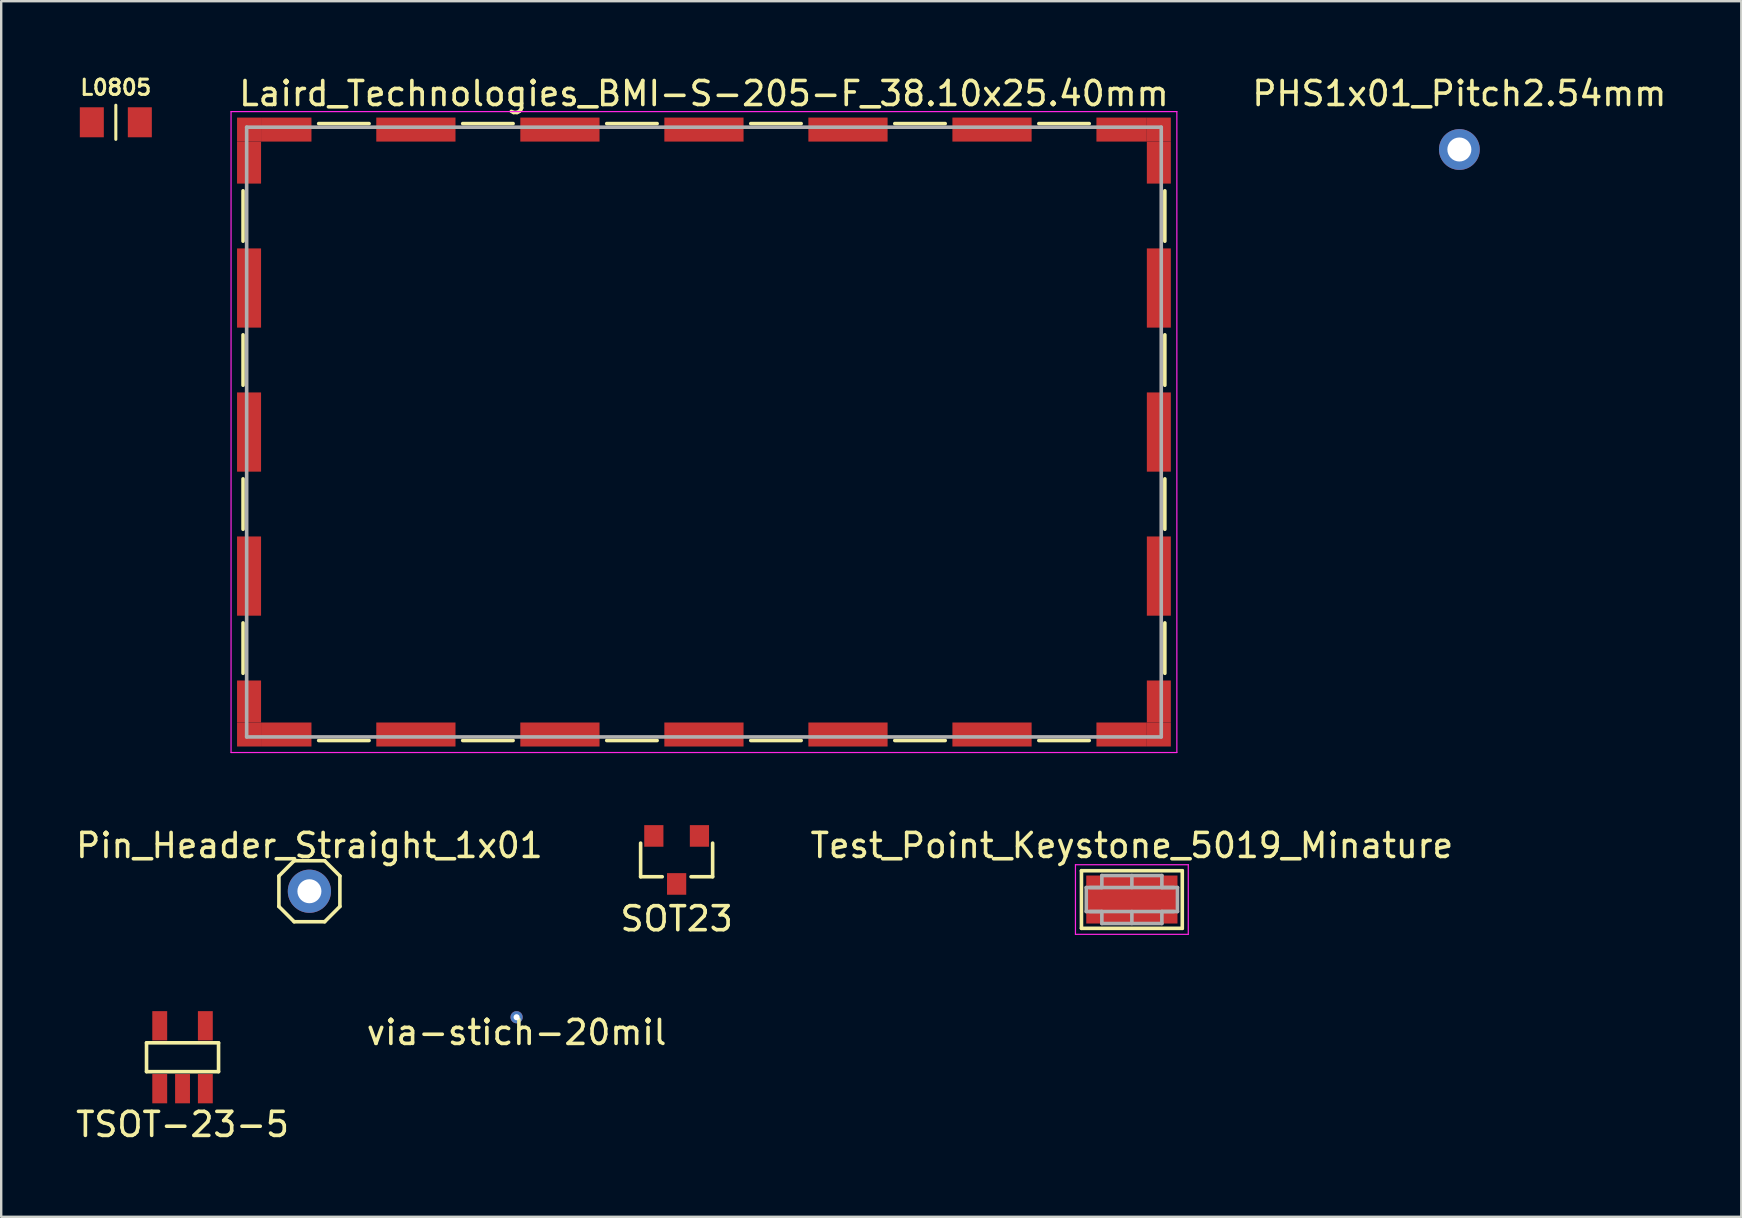
<source format=kicad_pcb>
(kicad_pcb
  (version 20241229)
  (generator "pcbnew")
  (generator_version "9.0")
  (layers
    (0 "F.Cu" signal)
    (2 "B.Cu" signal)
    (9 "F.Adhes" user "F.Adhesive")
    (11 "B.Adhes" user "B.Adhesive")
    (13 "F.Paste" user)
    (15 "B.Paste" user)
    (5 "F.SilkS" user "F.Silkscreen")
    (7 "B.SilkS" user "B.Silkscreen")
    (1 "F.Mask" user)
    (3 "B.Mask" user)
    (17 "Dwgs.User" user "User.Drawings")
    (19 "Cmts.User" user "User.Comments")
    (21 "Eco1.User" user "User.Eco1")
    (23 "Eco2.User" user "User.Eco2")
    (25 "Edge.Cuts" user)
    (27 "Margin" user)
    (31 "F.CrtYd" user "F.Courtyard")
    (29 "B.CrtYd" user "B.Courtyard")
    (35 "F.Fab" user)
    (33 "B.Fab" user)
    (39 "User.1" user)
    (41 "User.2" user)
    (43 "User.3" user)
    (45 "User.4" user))
  (footprint "PHS1x01_Pitch2.54mm"
    (layer "F.Cu")
    (at 57.744 3.178)
    (property "Reference" "PHS1x01_Pitch2.54mm" (at 0 -2.33 0) (layer "F.SilkS") (effects (font (size 1 1) (thickness 0.15))))
    (attr through_hole)
    (pad "1" thru_hole circle (at 0 0) (size 1.7 1.7) (drill 1) (layers "*.Cu" "*.Mask")))
  (footprint "L0805"
    (layer "F.Cu")
    (at 1.775 2.044)
    (property "Reference" "L0805" (at 0 -1.45 0) (layer "F.SilkS") (effects (font (size 0.635 0.635) (thickness 0.127))))
    (attr smd)
    (fp_line (start 0 -0.711) (end 0 0.711) (stroke (width 0.127) (type solid)) (layer "F.SilkS"))
    (fp_line (start -1.75 -0.87) (end 1.75 -0.87) (stroke (width 0.05) (type solid)) (layer "Eco1.User"))
    (fp_line (start -1.75 0.87) (end -1.75 -0.87) (stroke (width 0.05) (type solid)) (layer "Eco1.User"))
    (fp_line (start 1.75 -0.87) (end 1.75 0.87) (stroke (width 0.05) (type solid)) (layer "Eco1.User"))
    (fp_line (start 1.75 0.87) (end -1.75 0.87) (stroke (width 0.05) (type solid)) (layer "Eco1.User"))
    (pad "1" smd rect (at -1 0) (size 1 1.25) (layers "F.Cu" "F.Mask" "F.Paste"))
    (pad "2" smd rect (at 1 0) (size 1 1.25) (layers "F.Cu" "F.Mask" "F.Paste")))
  (footprint "TSOT-23-5"
    (layer "F.Cu")
    (at 4.554 40.992)
    (property "Reference" "TSOT-23-5" (at 0 2.8 0) (layer "F.SilkS") (effects (font (size 1 1) (thickness 0.15))))
    (attr through_hole)
    (fp_line (start -1.5 -0.6) (end 1.5 -0.6) (stroke (width 0.15) (type solid)) (layer "F.SilkS"))
    (fp_line (start -1.5 0.6) (end -1.5 -0.6) (stroke (width 0.15) (type solid)) (layer "F.SilkS"))
    (fp_line (start 1.5 -0.6) (end 1.5 0.6) (stroke (width 0.15) (type solid)) (layer "F.SilkS"))
    (fp_line (start 1.5 0.6) (end -1.5 0.6) (stroke (width 0.15) (type solid)) (layer "F.SilkS"))
    (pad "1" smd rect (at -0.95 1.31) (size 0.62 1.22) (layers "F.Cu" "F.Mask" "F.Paste"))
    (pad "2" smd rect (at 0 1.31) (size 0.62 1.22) (layers "F.Cu" "F.Mask" "F.Paste"))
    (pad "3" smd rect (at 0.95 1.31) (size 0.62 1.22) (layers "F.Cu" "F.Mask" "F.Paste"))
    (pad "4" smd rect (at 0.95 -1.31) (size 0.62 1.22) (layers "F.Cu" "F.Mask" "F.Paste"))
    (pad "5" smd rect (at -0.95 -1.31) (size 0.62 1.22) (layers "F.Cu" "F.Mask" "F.Paste")))
  (footprint "SOT23"
    (layer "F.Cu")
    (at 25.137 32.773)
    (property "Reference" "SOT23" (at 0 2.45 0) (layer "F.SilkS") (effects (font (size 1 1) (thickness 0.15))))
    (attr through_hole)
    (fp_line (start -1.5 0.7) (end -1.5 -0.7) (stroke (width 0.15) (type solid)) (layer "F.SilkS"))
    (fp_line (start -0.6 0.7) (end -1.5 0.7) (stroke (width 0.15) (type solid)) (layer "F.SilkS"))
    (fp_line (start 0.6 0.7) (end 1.5 0.7) (stroke (width 0.15) (type solid)) (layer "F.SilkS"))
    (fp_line (start 1.5 -0.7) (end 1.5 0.7) (stroke (width 0.15) (type solid)) (layer "F.SilkS"))
    (pad "1" smd rect (at 0.95 -1) (size 0.8 0.9) (layers "F.Cu" "F.Mask" "F.Paste"))
    (pad "2" smd rect (at 0 1) (size 0.8 0.9) (layers "F.Cu" "F.Mask" "F.Paste"))
    (pad "3" smd rect (at -0.95 -1) (size 0.8 0.9) (layers "F.Cu" "F.Mask" "F.Paste")))
  (footprint "Pin_Header_Straight_1x01"
    (placed yes)
    (layer "F.Cu")
    (at 9.839 34.077)
    (property "Reference" "Pin_Header_Straight_1x01" (at 0 -1.905 0) (layer "F.SilkS") (effects (font (size 1 1) (thickness 0.15))))
    (attr through_hole)
    (fp_line (start -1.27 -0.635) (end -0.635 -1.27) (stroke (width 0.15) (type solid)) (layer "F.SilkS"))
    (fp_line (start -1.27 0.635) (end -1.27 -0.635) (stroke (width 0.15) (type solid)) (layer "F.SilkS"))
    (fp_line (start -0.635 -1.27) (end 0.635 -1.27) (stroke (width 0.15) (type solid)) (layer "F.SilkS"))
    (fp_line (start -0.635 1.27) (end -1.27 0.635) (stroke (width 0.15) (type solid)) (layer "F.SilkS"))
    (fp_line (start 0.635 -1.27) (end 1.27 -0.635) (stroke (width 0.15) (type solid)) (layer "F.SilkS"))
    (fp_line (start 0.635 1.27) (end -0.635 1.27) (stroke (width 0.15) (type solid)) (layer "F.SilkS"))
    (fp_line (start 1.27 -0.635) (end 1.27 0.635) (stroke (width 0.15) (type solid)) (layer "F.SilkS"))
    (fp_line (start 1.27 0.635) (end 0.635 1.27) (stroke (width 0.15) (type solid)) (layer "F.SilkS"))
    (pad "1" thru_hole circle (at 0 0) (size 1.8 1.8) (drill 1) (layers "*.Cu" "*.Mask")))
  (footprint "Laird_Technologies_BMI-S-205-F_38.10x25.40mm"
    (layer "F.Cu")
    (at 26.275 14.948)
    (property "Reference" "Laird_Technologies_BMI-S-205-F_38.10x25.40mm" (at 0 -14.1 0) (layer "F.SilkS") (effects (font (size 1 1) (thickness 0.15))))
    (attr smd)
    (fp_line (start -19.2 -10.05) (end -19.2 -7.95) (stroke (width 0.15) (type solid)) (layer "F.SilkS"))
    (fp_line (start -19.2 -4.05) (end -19.2 -1.95) (stroke (width 0.15) (type solid)) (layer "F.SilkS"))
    (fp_line (start -19.2 1.95) (end -19.2 4.05) (stroke (width 0.15) (type solid)) (layer "F.SilkS"))
    (fp_line (start -19.2 7.95) (end -19.2 10.05) (stroke (width 0.15) (type solid)) (layer "F.SilkS"))
    (fp_line (start -16.05 -12.85) (end -13.95 -12.85) (stroke (width 0.15) (type solid)) (layer "F.SilkS"))
    (fp_line (start -16.05 12.85) (end -13.95 12.85) (stroke (width 0.15) (type solid)) (layer "F.SilkS"))
    (fp_line (start -10.05 -12.85) (end -7.95 -12.85) (stroke (width 0.15) (type solid)) (layer "F.SilkS"))
    (fp_line (start -10.05 12.85) (end -7.95 12.85) (stroke (width 0.15) (type solid)) (layer "F.SilkS"))
    (fp_line (start -4.05 -12.85) (end -1.95 -12.85) (stroke (width 0.15) (type solid)) (layer "F.SilkS"))
    (fp_line (start -4.05 12.85) (end -1.95 12.85) (stroke (width 0.15) (type solid)) (layer "F.SilkS"))
    (fp_line (start 1.95 -12.85) (end 4.05 -12.85) (stroke (width 0.15) (type solid)) (layer "F.SilkS"))
    (fp_line (start 1.95 12.85) (end 4.05 12.85) (stroke (width 0.15) (type solid)) (layer "F.SilkS"))
    (fp_line (start 7.95 -12.85) (end 10.05 -12.85) (stroke (width 0.15) (type solid)) (layer "F.SilkS"))
    (fp_line (start 7.95 12.85) (end 10.05 12.85) (stroke (width 0.15) (type solid)) (layer "F.SilkS"))
    (fp_line (start 13.95 -12.85) (end 16.05 -12.85) (stroke (width 0.15) (type solid)) (layer "F.SilkS"))
    (fp_line (start 13.95 12.85) (end 16.05 12.85) (stroke (width 0.15) (type solid)) (layer "F.SilkS"))
    (fp_line (start 19.2 -10.05) (end 19.2 -7.95) (stroke (width 0.15) (type solid)) (layer "F.SilkS"))
    (fp_line (start 19.2 -4.05) (end 19.2 -1.95) (stroke (width 0.15) (type solid)) (layer "F.SilkS"))
    (fp_line (start 19.2 1.95) (end 19.2 4.05) (stroke (width 0.15) (type solid)) (layer "F.SilkS"))
    (fp_line (start 19.2 7.95) (end 19.2 10.05) (stroke (width 0.15) (type solid)) (layer "F.SilkS"))
    (fp_line (start -19.7 -13.35) (end -19.7 13.35) (stroke (width 0.05) (type solid)) (layer "F.CrtYd"))
    (fp_line (start -19.7 13.35) (end 19.7 13.35) (stroke (width 0.05) (type solid)) (layer "F.CrtYd"))
    (fp_line (start 19.7 -13.35) (end -19.7 -13.35) (stroke (width 0.05) (type solid)) (layer "F.CrtYd"))
    (fp_line (start 19.7 13.35) (end 19.7 -13.35) (stroke (width 0.05) (type solid)) (layer "F.CrtYd"))
    (fp_line (start -19.05 -12.7) (end -19.05 12.7) (stroke (width 0.15) (type solid)) (layer "F.Fab"))
    (fp_line (start -19.05 12.7) (end 19.05 12.7) (stroke (width 0.15) (type solid)) (layer "F.Fab"))
    (fp_line (start 19.05 -12.7) (end -19.05 -12.7) (stroke (width 0.15) (type solid)) (layer "F.Fab"))
    (fp_line (start 19.05 12.7) (end 19.05 -12.7) (stroke (width 0.15) (type solid)) (layer "F.Fab"))
    (pad "1" smd rect (at -18.95 -12.6) (size 1 1) (layers "F.Cu" "F.Mask" "F.Paste"))
    (pad "1" smd rect (at -18.95 -11.225) (size 1 1.75) (layers "F.Cu" "F.Mask" "F.Paste"))
    (pad "1" smd rect (at -18.95 -6) (size 1 3.3) (layers "F.Cu" "F.Mask" "F.Paste"))
    (pad "1" smd rect (at -18.95 0) (size 1 3.3) (layers "F.Cu" "F.Mask" "F.Paste"))
    (pad "1" smd rect (at -18.95 6) (size 1 3.3) (layers "F.Cu" "F.Mask" "F.Paste"))
    (pad "1" smd rect (at -18.95 11.225) (size 1 1.75) (layers "F.Cu" "F.Mask" "F.Paste"))
    (pad "1" smd rect (at -18.95 12.6) (size 1 1) (layers "F.Cu" "F.Mask" "F.Paste"))
    (pad "1" smd rect (at -17.4 -12.6) (size 2.1 1) (layers "F.Cu" "F.Mask" "F.Paste"))
    (pad "1" smd rect (at -17.4 12.6) (size 2.1 1) (layers "F.Cu" "F.Mask" "F.Paste"))
    (pad "1" smd rect (at -12 -12.6) (size 3.3 1) (layers "F.Cu" "F.Mask" "F.Paste"))
    (pad "1" smd rect (at -12 12.6) (size 3.3 1) (layers "F.Cu" "F.Mask" "F.Paste"))
    (pad "1" smd rect (at -6 -12.6) (size 3.3 1) (layers "F.Cu" "F.Mask" "F.Paste"))
    (pad "1" smd rect (at -6 12.6) (size 3.3 1) (layers "F.Cu" "F.Mask" "F.Paste"))
    (pad "1" smd rect (at 0 -12.6) (size 3.3 1) (layers "F.Cu" "F.Mask" "F.Paste"))
    (pad "1" smd rect (at 0 12.6) (size 3.3 1) (layers "F.Cu" "F.Mask" "F.Paste"))
    (pad "1" smd rect (at 6 -12.6) (size 3.3 1) (layers "F.Cu" "F.Mask" "F.Paste"))
    (pad "1" smd rect (at 6 12.6) (size 3.3 1) (layers "F.Cu" "F.Mask" "F.Paste"))
    (pad "1" smd rect (at 12 -12.6) (size 3.3 1) (layers "F.Cu" "F.Mask" "F.Paste"))
    (pad "1" smd rect (at 12 12.6) (size 3.3 1) (layers "F.Cu" "F.Mask" "F.Paste"))
    (pad "1" smd rect (at 17.4 -12.6) (size 2.1 1) (layers "F.Cu" "F.Mask" "F.Paste"))
    (pad "1" smd rect (at 17.4 12.6) (size 2.1 1) (layers "F.Cu" "F.Mask" "F.Paste"))
    (pad "1" smd rect (at 18.95 -12.6) (size 1 1) (layers "F.Cu" "F.Mask" "F.Paste"))
    (pad "1" smd rect (at 18.95 -11.225) (size 1 1.75) (layers "F.Cu" "F.Mask" "F.Paste"))
    (pad "1" smd rect (at 18.95 -6) (size 1 3.3) (layers "F.Cu" "F.Mask" "F.Paste"))
    (pad "1" smd rect (at 18.95 0) (size 1 3.3) (layers "F.Cu" "F.Mask" "F.Paste"))
    (pad "1" smd rect (at 18.95 6) (size 1 3.3) (layers "F.Cu" "F.Mask" "F.Paste"))
    (pad "1" smd rect (at 18.95 11.225) (size 1 1.75) (layers "F.Cu" "F.Mask" "F.Paste"))
    (pad "1" smd rect (at 18.95 12.6) (size 1 1) (layers "F.Cu" "F.Mask" "F.Paste")))
  (footprint "via-stich-20mil"
    (layer "F.Cu")
    (at 18.47 39.325)
    (property "Reference" "via-stich-20mil" (at 0 0.635 0) (layer "F.SilkS") (effects (font (size 1 1) (thickness 0.15))))
    (attr through_hole)
    (pad "1" thru_hole circle (at 0 0) (size 0.508 0.508) (drill 0.254) (layers "*.Cu")))
  (footprint "Test_Point_Keystone_5019_Minature"
    (layer "F.Cu")
    (at 44.101 34.422)
    (property "Reference" "Test_Point_Keystone_5019_Minature" (at 0 -2.25 0) (layer "F.SilkS") (effects (font (size 1 1) (thickness 0.15))))
    (attr exclude_from_pos_files exclude_from_bom)
    (fp_line (start -2.1 -1.2) (end 2.1 -1.2) (stroke (width 0.15) (type solid)) (layer "F.SilkS"))
    (fp_line (start -2.1 1.2) (end -2.1 -1.2) (stroke (width 0.15) (type solid)) (layer "F.SilkS"))
    (fp_line (start 2.1 -1.2) (end 2.1 1.2) (stroke (width 0.15) (type solid)) (layer "F.SilkS"))
    (fp_line (start 2.1 1.2) (end -2.1 1.2) (stroke (width 0.15) (type solid)) (layer "F.SilkS"))
    (fp_line (start -2.35 -1.45) (end 2.35 -1.45) (stroke (width 0.05) (type solid)) (layer "F.CrtYd"))
    (fp_line (start -2.35 1.45) (end -2.35 -1.45) (stroke (width 0.05) (type solid)) (layer "F.CrtYd"))
    (fp_line (start 2.35 -1.45) (end 2.35 1.45) (stroke (width 0.05) (type solid)) (layer "F.CrtYd"))
    (fp_line (start 2.35 1.45) (end -2.35 1.45) (stroke (width 0.05) (type solid)) (layer "F.CrtYd"))
    (fp_line (start -1.9 -0.5) (end -1.9 0.5) (stroke (width 0.15) (type solid)) (layer "F.Fab"))
    (fp_line (start -1.9 -0.5) (end 1.9 -0.5) (stroke (width 0.15) (type solid)) (layer "F.Fab"))
    (fp_line (start -1.75 0.5) (end -1.25 0.5) (stroke (width 0.15) (type solid)) (layer "F.Fab"))
    (fp_line (start -1.25 -1) (end -1.25 -0.5) (stroke (width 0.15) (type solid)) (layer "F.Fab"))
    (fp_line (start -1.25 -0.5) (end -1.75 -0.5) (stroke (width 0.15) (type solid)) (layer "F.Fab"))
    (fp_line (start -1.25 0.5) (end -1.25 1) (stroke (width 0.15) (type solid)) (layer "F.Fab"))
    (fp_line (start -1.25 1) (end 1.25 1) (stroke (width 0.15) (type solid)) (layer "F.Fab"))
    (fp_line (start 0 -1) (end 0 -0.5) (stroke (width 0.15) (type solid)) (layer "F.Fab"))
    (fp_line (start 0 0.5) (end 0 1) (stroke (width 0.15) (type solid)) (layer "F.Fab"))
    (fp_line (start 1.25 -1) (end -1.25 -1) (stroke (width 0.15) (type solid)) (layer "F.Fab"))
    (fp_line (start 1.25 -0.5) (end 1.25 -1) (stroke (width 0.15) (type solid)) (layer "F.Fab"))
    (fp_line (start 1.25 0.5) (end 1.75 0.5) (stroke (width 0.15) (type solid)) (layer "F.Fab"))
    (fp_line (start 1.25 1) (end 1.25 0.5) (stroke (width 0.15) (type solid)) (layer "F.Fab"))
    (fp_line (start 1.75 -0.5) (end 1.25 -0.5) (stroke (width 0.15) (type solid)) (layer "F.Fab"))
    (fp_line (start 1.9 0.5) (end -1.9 0.5) (stroke (width 0.15) (type solid)) (layer "F.Fab"))
    (fp_line (start 1.9 0.5) (end 1.9 -0.5) (stroke (width 0.15) (type solid)) (layer "F.Fab"))
    (pad "1" smd rect (at 0 0) (size 3.8 2) (layers "F.Cu" "F.Mask")))
  (gr_rect
    (start -3 -3)
    (end 69.488 47.64)
    (stroke (width 0.1) (type default))
    (fill no)
    (layer "Edge.Cuts")))
</source>
